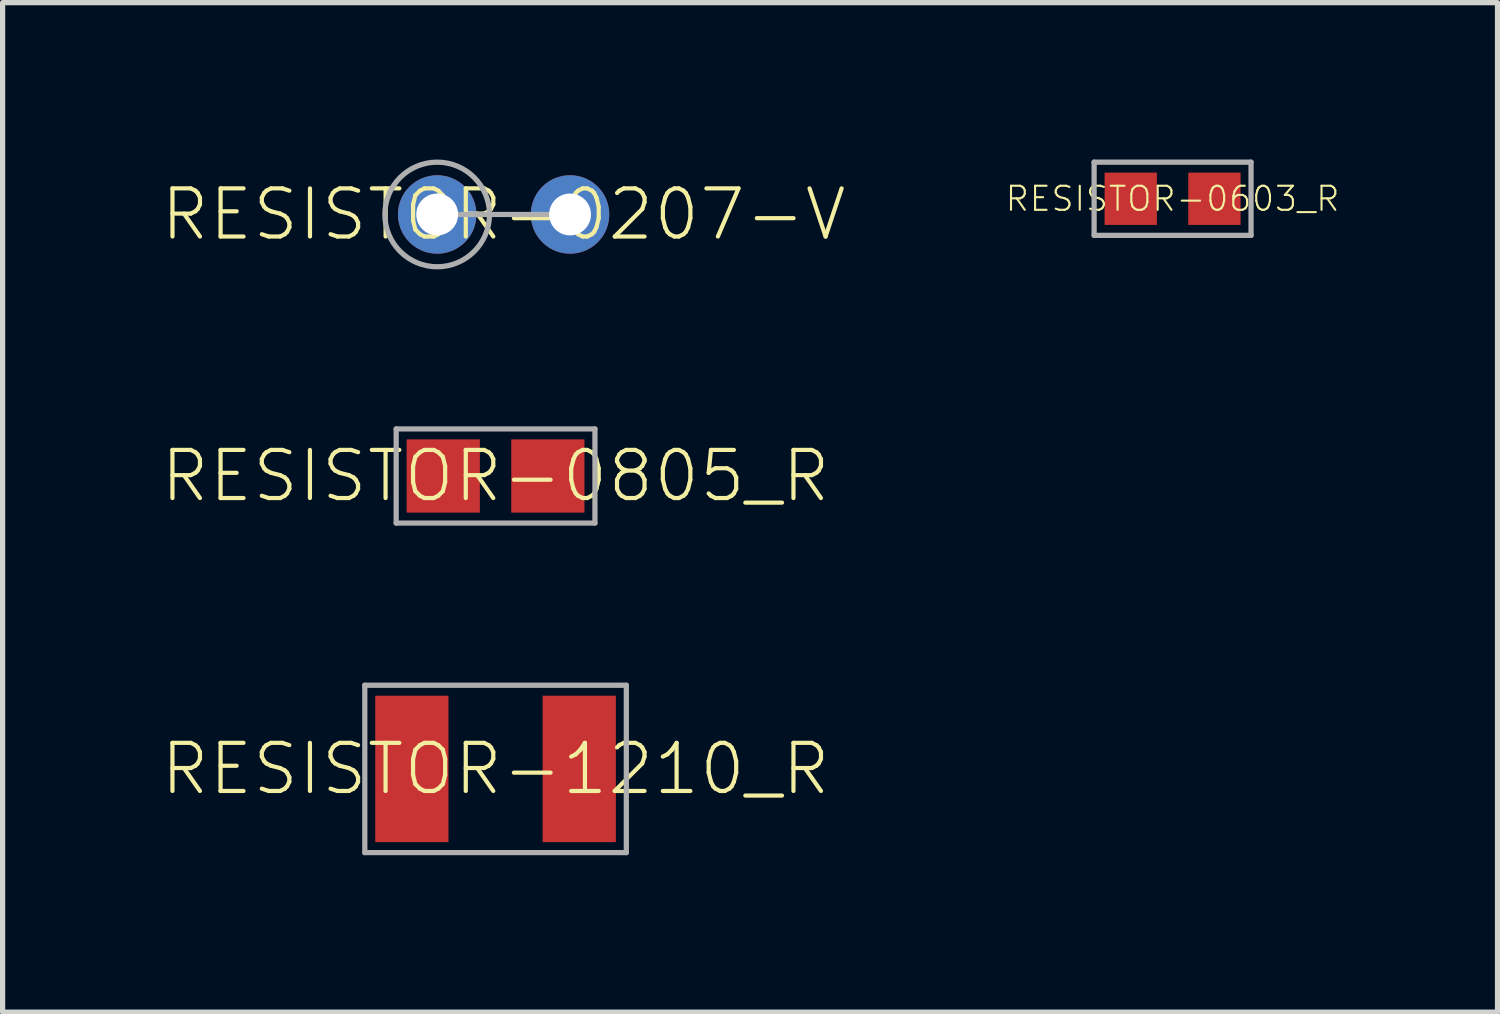
<source format=kicad_pcb>
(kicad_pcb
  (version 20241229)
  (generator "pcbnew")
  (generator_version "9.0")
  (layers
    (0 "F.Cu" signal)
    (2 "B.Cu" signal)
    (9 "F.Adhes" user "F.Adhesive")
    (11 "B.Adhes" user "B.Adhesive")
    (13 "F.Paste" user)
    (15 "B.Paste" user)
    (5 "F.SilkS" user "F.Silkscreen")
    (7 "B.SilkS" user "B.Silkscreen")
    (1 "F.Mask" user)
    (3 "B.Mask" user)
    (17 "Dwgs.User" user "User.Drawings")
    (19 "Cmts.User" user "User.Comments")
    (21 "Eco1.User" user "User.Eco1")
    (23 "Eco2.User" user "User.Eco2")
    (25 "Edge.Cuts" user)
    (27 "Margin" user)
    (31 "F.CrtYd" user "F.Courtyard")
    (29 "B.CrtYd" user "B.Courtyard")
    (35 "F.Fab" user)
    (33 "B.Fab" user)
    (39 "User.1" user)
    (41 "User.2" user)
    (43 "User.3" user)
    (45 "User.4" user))
  (footprint "RESISTOR-0603_R"
    (layer "F.Cu")
    (at 19.367 0.75)
    (property "Reference" "RESISTOR-0603_R" (at 0 0 0) (unlocked yes) (layer "F.SilkS") (effects (font (size 0.46 0.46) (thickness 0.04))))
    (fp_poly (pts (xy -0.3 0.5) (xy -1.3 0.5) (xy -1.3 -0.5) (xy -0.3 -0.5)) (stroke (width 0) (type default)) (fill yes) (layer "F.Paste"))
    (fp_poly (pts (xy 1.3 0.5) (xy 0.3 0.5) (xy 0.3 -0.5) (xy 1.3 -0.5)) (stroke (width 0) (type default)) (fill yes) (layer "F.Paste"))
    (fp_line (start -1.5 -0.7) (end 1.5 -0.7) (stroke (width 0.1) (type solid)) (layer "F.Fab"))
    (fp_line (start -1.5 0.7) (end -1.5 -0.7) (stroke (width 0.1) (type solid)) (layer "F.Fab"))
    (fp_line (start 1.5 -0.7) (end 1.5 0.7) (stroke (width 0.1) (type solid)) (layer "F.Fab"))
    (fp_line (start 1.5 0.7) (end -1.5 0.7) (stroke (width 0.1) (type solid)) (layer "F.Fab"))
    (pad "1" smd rect (at -0.8 0) (size 1 1) (layers "F.Cu" "F.Mask"))
    (pad "2" smd rect (at 0.8 0) (size 1 1) (layers "F.Cu" "F.Mask")))
  (footprint "RESISTOR-0805_R"
    (layer "F.Cu")
    (at 6.424 6.05)
    (property "Reference" "RESISTOR-0805_R" (at 0 0 0) (unlocked yes) (layer "F.SilkS") (effects (font (size 0.92 0.92) (thickness 0.08))))
    (fp_poly (pts (xy -0.3 0.7) (xy -1.7 0.7) (xy -1.7 -0.7) (xy -0.3 -0.7)) (stroke (width 0) (type default)) (fill yes) (layer "F.Paste"))
    (fp_poly (pts (xy 1.7 0.7) (xy 0.3 0.7) (xy 0.3 -0.7) (xy 1.7 -0.7)) (stroke (width 0) (type default)) (fill yes) (layer "F.Paste"))
    (fp_line (start -1.9 -0.9) (end 1.9 -0.9) (stroke (width 0.1) (type solid)) (layer "F.Fab"))
    (fp_line (start -1.9 0.9) (end -1.9 -0.9) (stroke (width 0.1) (type solid)) (layer "F.Fab"))
    (fp_line (start 1.9 -0.9) (end 1.9 0.9) (stroke (width 0.1) (type solid)) (layer "F.Fab"))
    (fp_line (start 1.9 0.9) (end -1.9 0.9) (stroke (width 0.1) (type solid)) (layer "F.Fab"))
    (pad "1" smd rect (at -1 0) (size 1.4 1.4) (layers "F.Cu" "F.Mask"))
    (pad "2" smd rect (at 1 0) (size 1.4 1.4) (layers "F.Cu" "F.Mask")))
  (footprint "RESISTOR-1210_R"
    (layer "F.Cu")
    (at 6.424 11.65)
    (property "Reference" "RESISTOR-1210_R" (at 0 0 0) (unlocked yes) (layer "F.SilkS") (effects (font (size 0.92 0.92) (thickness 0.08))))
    (fp_line (start -2.5 -1.6) (end 2.5 -1.6) (stroke (width 0.1) (type solid)) (layer "F.Fab"))
    (fp_line (start -2.5 1.6) (end -2.5 -1.6) (stroke (width 0.1) (type solid)) (layer "F.Fab"))
    (fp_line (start 2.5 -1.6) (end 2.5 1.6) (stroke (width 0.1) (type solid)) (layer "F.Fab"))
    (fp_line (start 2.5 1.6) (end -2.5 1.6) (stroke (width 0.1) (type solid)) (layer "F.Fab"))
    (pad "1" smd rect (at -1.6 0) (size 1.4 2.8) (layers "F.Cu" "F.Mask" "F.Paste"))
    (pad "2" smd rect (at 1.6 0) (size 1.4 2.8) (layers "F.Cu" "F.Mask" "F.Paste")))
  (footprint "RESISTOR-0207-V"
    (layer "F.Cu")
    (at 6.578 1.05)
    (property "Reference" "RESISTOR-0207-V" (at 0 0 0) (unlocked yes) (layer "F.SilkS") (effects (font (size 0.92 0.92) (thickness 0.08))))
    (fp_line (start -1.27 0) (end 1.27 0) (stroke (width 0.1) (type solid)) (layer "F.Fab"))
    (fp_circle (center -1.27 0) (end -0.27 0) (stroke (width 0.1) (type solid)) (fill no) (layer "F.Fab"))
    (pad "1" thru_hole circle (at -1.27 0) (size 1.5 1.5) (drill 0.8) (layers "*.Cu" "*.Mask"))
    (pad "2" thru_hole circle (at 1.27 0) (size 1.5 1.5) (drill 0.8) (layers "*.Cu" "*.Mask")))
  (gr_rect
    (start -3 -3)
    (end 25.579 16.3)
    (stroke (width 0.1) (type default))
    (fill no)
    (layer "Edge.Cuts")))
</source>
